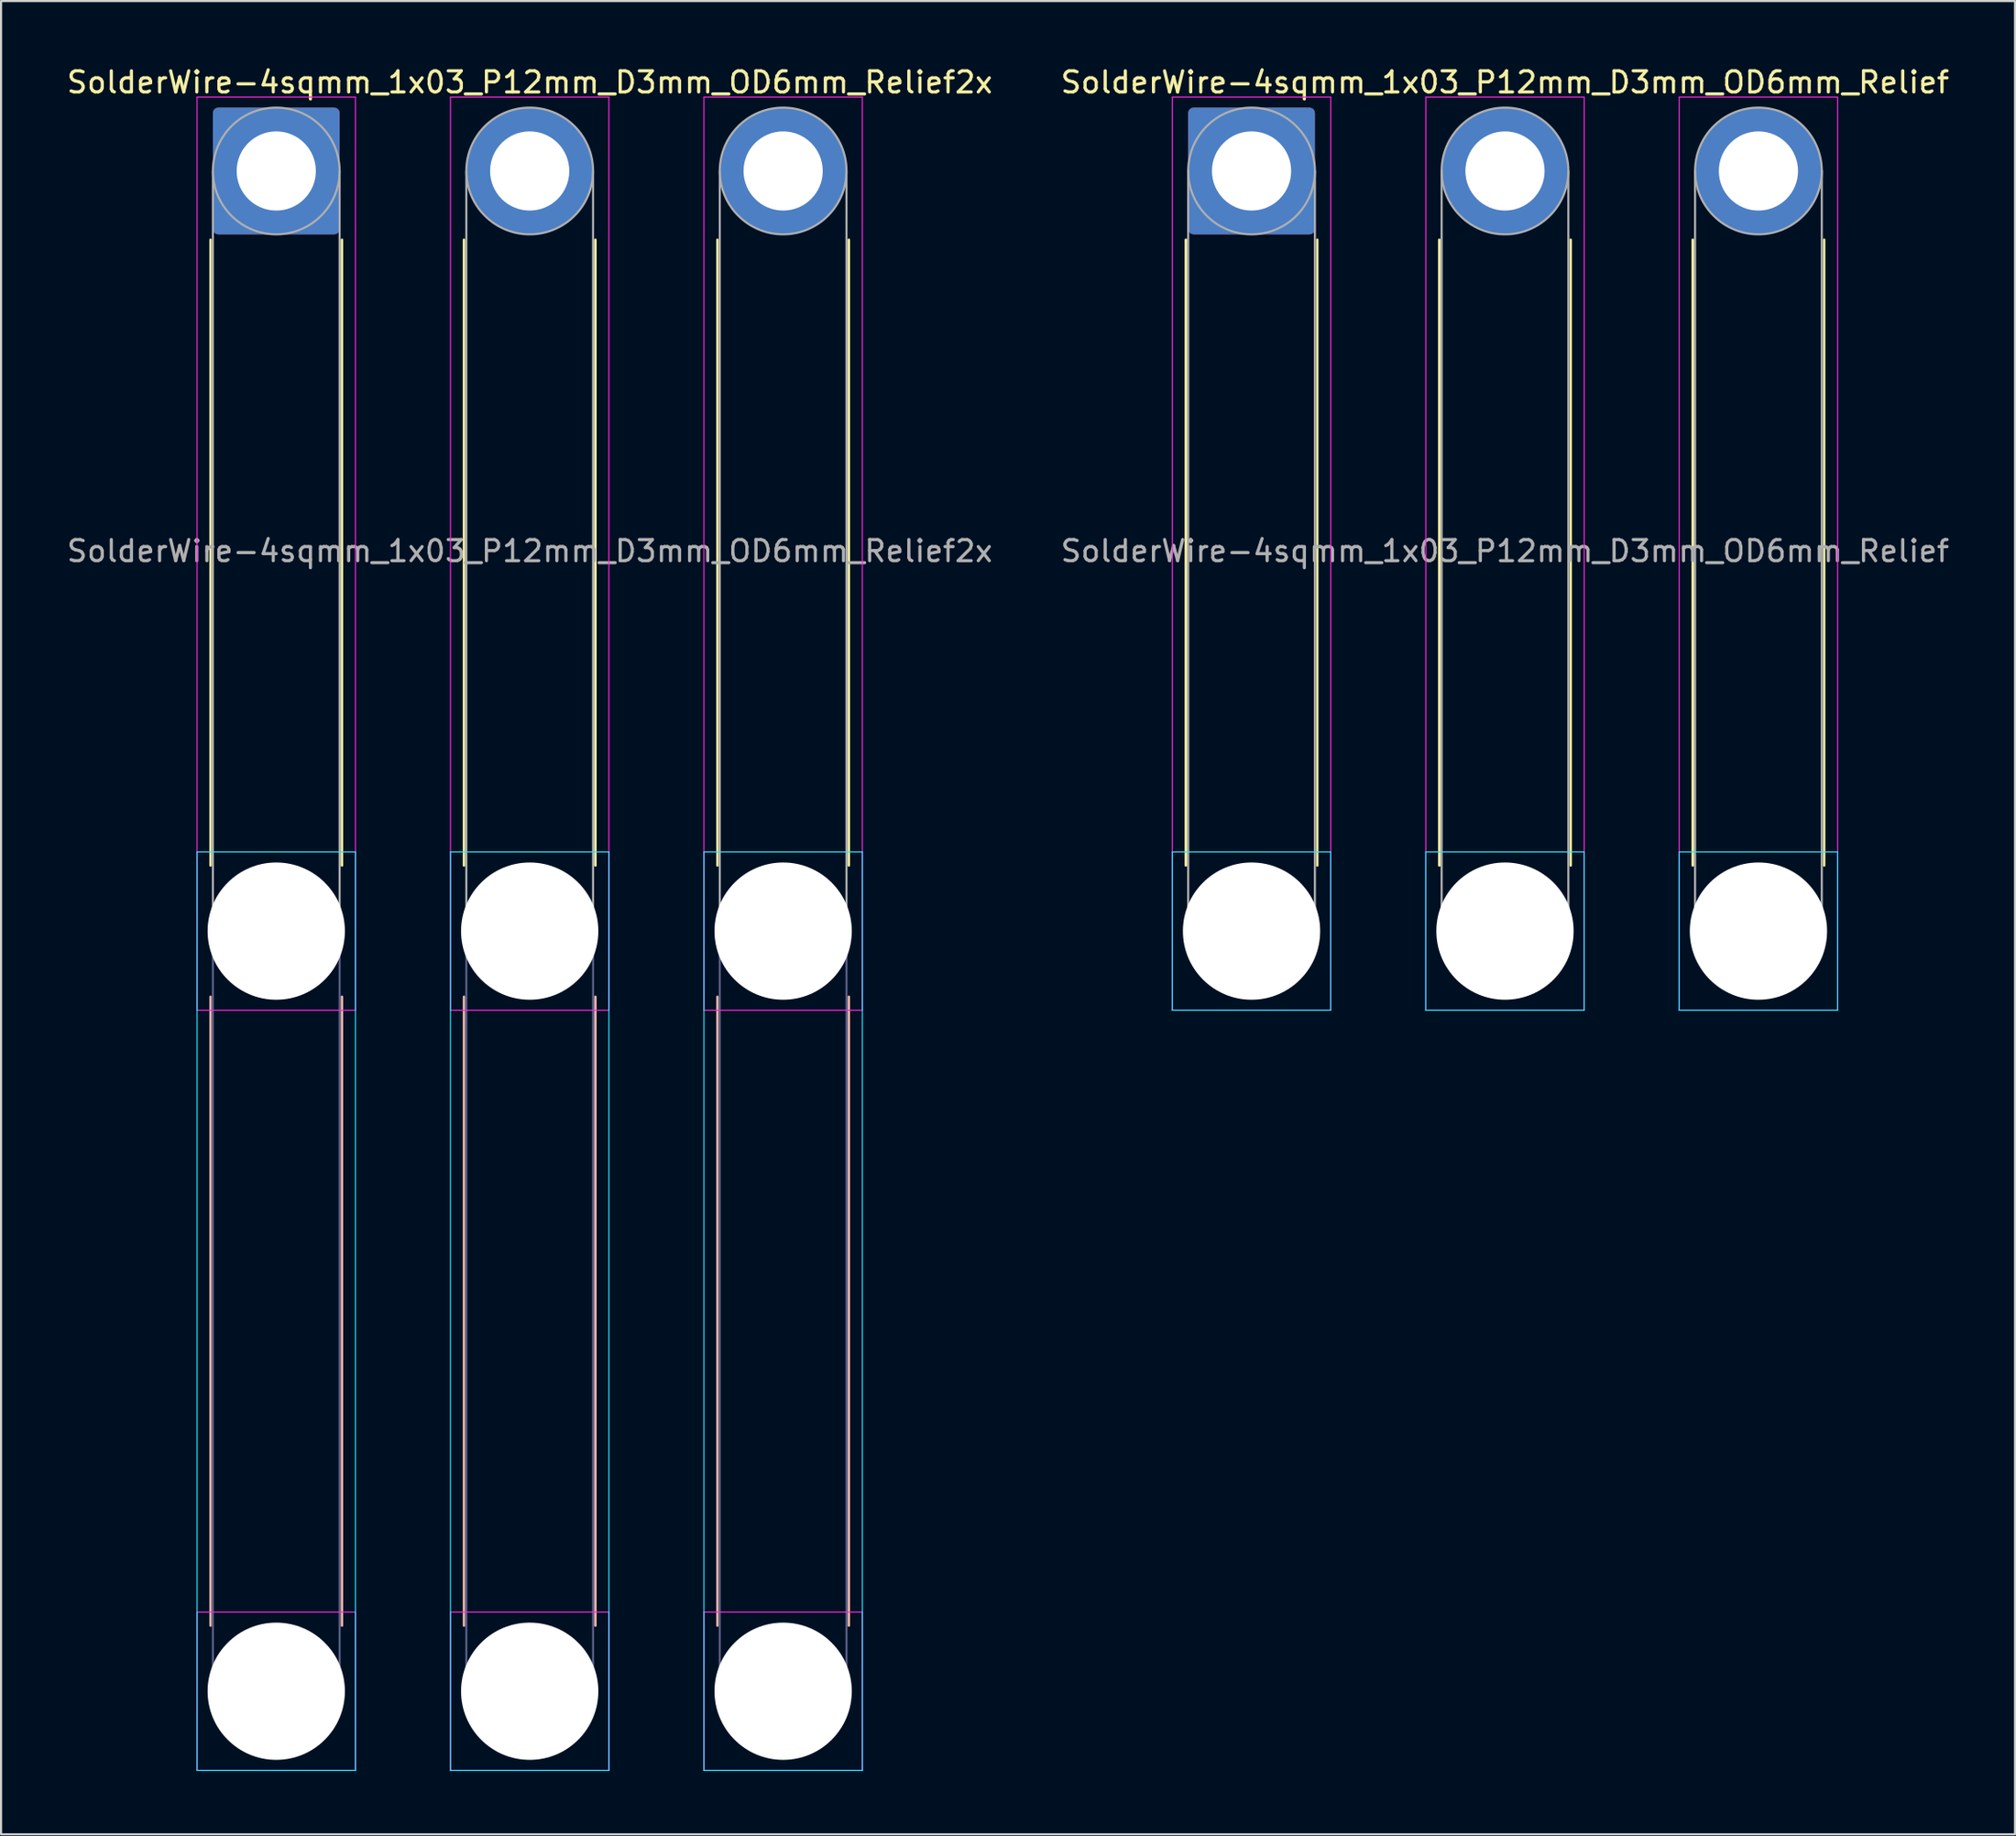
<source format=kicad_pcb>
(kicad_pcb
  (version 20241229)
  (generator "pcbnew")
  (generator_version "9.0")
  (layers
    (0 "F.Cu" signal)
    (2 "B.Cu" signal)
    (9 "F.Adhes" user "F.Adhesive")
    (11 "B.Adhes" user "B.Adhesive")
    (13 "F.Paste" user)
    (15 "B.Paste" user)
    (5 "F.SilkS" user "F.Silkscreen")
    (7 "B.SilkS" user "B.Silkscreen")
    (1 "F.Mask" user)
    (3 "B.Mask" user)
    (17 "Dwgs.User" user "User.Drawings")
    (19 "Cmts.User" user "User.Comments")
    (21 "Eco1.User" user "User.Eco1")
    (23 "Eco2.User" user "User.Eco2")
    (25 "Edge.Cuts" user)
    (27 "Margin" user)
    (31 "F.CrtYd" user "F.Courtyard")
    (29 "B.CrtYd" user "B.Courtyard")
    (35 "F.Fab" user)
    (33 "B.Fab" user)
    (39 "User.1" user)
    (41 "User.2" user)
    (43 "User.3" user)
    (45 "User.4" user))
  (footprint "SolderWire-4sqmm_1x03_P12mm_D3mm_OD6mm_Relief"
    (layer "F.Cu")
    (at 56.208 5.048)
    (property "Reference" "SolderWire-4sqmm_1x03_P12mm_D3mm_OD6mm_Relief" (at 12 -4.2 0) (layer "F.SilkS") (effects (font (size 1 1) (thickness 0.15))))
    (attr exclude_from_pos_files exclude_from_bom)
    (fp_line (start -3.11 3.26) (end -3.11 32.89) (stroke (width 0.12) (type solid)) (layer "F.SilkS"))
    (fp_line (start 3.11 3.26) (end 3.11 32.89) (stroke (width 0.12) (type solid)) (layer "F.SilkS"))
    (fp_line (start 8.89 3.26) (end 8.89 32.89) (stroke (width 0.12) (type solid)) (layer "F.SilkS"))
    (fp_line (start 15.11 3.26) (end 15.11 32.89) (stroke (width 0.12) (type solid)) (layer "F.SilkS"))
    (fp_line (start 20.89 3.26) (end 20.89 32.89) (stroke (width 0.12) (type solid)) (layer "F.SilkS"))
    (fp_line (start 27.11 3.26) (end 27.11 32.89) (stroke (width 0.12) (type solid)) (layer "F.SilkS"))
    (fp_line (start -3.75 32.25) (end -3.75 39.75) (stroke (width 0.05) (type solid)) (layer "B.CrtYd"))
    (fp_line (start -3.75 39.75) (end 3.75 39.75) (stroke (width 0.05) (type solid)) (layer "B.CrtYd"))
    (fp_line (start 3.75 32.25) (end -3.75 32.25) (stroke (width 0.05) (type solid)) (layer "B.CrtYd"))
    (fp_line (start 3.75 39.75) (end 3.75 32.25) (stroke (width 0.05) (type solid)) (layer "B.CrtYd"))
    (fp_line (start 8.25 32.25) (end 8.25 39.75) (stroke (width 0.05) (type solid)) (layer "B.CrtYd"))
    (fp_line (start 8.25 39.75) (end 15.75 39.75) (stroke (width 0.05) (type solid)) (layer "B.CrtYd"))
    (fp_line (start 15.75 32.25) (end 8.25 32.25) (stroke (width 0.05) (type solid)) (layer "B.CrtYd"))
    (fp_line (start 15.75 39.75) (end 15.75 32.25) (stroke (width 0.05) (type solid)) (layer "B.CrtYd"))
    (fp_line (start 20.25 32.25) (end 20.25 39.75) (stroke (width 0.05) (type solid)) (layer "B.CrtYd"))
    (fp_line (start 20.25 39.75) (end 27.75 39.75) (stroke (width 0.05) (type solid)) (layer "B.CrtYd"))
    (fp_line (start 27.75 32.25) (end 20.25 32.25) (stroke (width 0.05) (type solid)) (layer "B.CrtYd"))
    (fp_line (start 27.75 39.75) (end 27.75 32.25) (stroke (width 0.05) (type solid)) (layer "B.CrtYd"))
    (fp_line (start -3.75 -3.5) (end -3.75 39.75) (stroke (width 0.05) (type solid)) (layer "F.CrtYd"))
    (fp_line (start -3.75 39.75) (end 3.75 39.75) (stroke (width 0.05) (type solid)) (layer "F.CrtYd"))
    (fp_line (start 3.75 -3.5) (end -3.75 -3.5) (stroke (width 0.05) (type solid)) (layer "F.CrtYd"))
    (fp_line (start 3.75 39.75) (end 3.75 -3.5) (stroke (width 0.05) (type solid)) (layer "F.CrtYd"))
    (fp_line (start 8.25 -3.5) (end 8.25 39.75) (stroke (width 0.05) (type solid)) (layer "F.CrtYd"))
    (fp_line (start 8.25 39.75) (end 15.75 39.75) (stroke (width 0.05) (type solid)) (layer "F.CrtYd"))
    (fp_line (start 15.75 -3.5) (end 8.25 -3.5) (stroke (width 0.05) (type solid)) (layer "F.CrtYd"))
    (fp_line (start 15.75 39.75) (end 15.75 -3.5) (stroke (width 0.05) (type solid)) (layer "F.CrtYd"))
    (fp_line (start 20.25 -3.5) (end 20.25 39.75) (stroke (width 0.05) (type solid)) (layer "F.CrtYd"))
    (fp_line (start 20.25 39.75) (end 27.75 39.75) (stroke (width 0.05) (type solid)) (layer "F.CrtYd"))
    (fp_line (start 27.75 -3.5) (end 20.25 -3.5) (stroke (width 0.05) (type solid)) (layer "F.CrtYd"))
    (fp_line (start 27.75 39.75) (end 27.75 -3.5) (stroke (width 0.05) (type solid)) (layer "F.CrtYd"))
    (fp_line (start -3 0) (end -3 36) (stroke (width 0.1) (type solid)) (layer "F.Fab"))
    (fp_line (start 3 0) (end 3 36) (stroke (width 0.1) (type solid)) (layer "F.Fab"))
    (fp_line (start 9 0) (end 9 36) (stroke (width 0.1) (type solid)) (layer "F.Fab"))
    (fp_line (start 15 0) (end 15 36) (stroke (width 0.1) (type solid)) (layer "F.Fab"))
    (fp_line (start 21 0) (end 21 36) (stroke (width 0.1) (type solid)) (layer "F.Fab"))
    (fp_line (start 27 0) (end 27 36) (stroke (width 0.1) (type solid)) (layer "F.Fab"))
    (fp_circle (center 0 0) (end 3 0) (stroke (width 0.1) (type solid)) (fill no) (layer "F.Fab"))
    (fp_circle (center 0 36) (end 3 36) (stroke (width 0.1) (type solid)) (fill no) (layer "F.Fab"))
    (fp_circle (center 12 0) (end 15 0) (stroke (width 0.1) (type solid)) (fill no) (layer "F.Fab"))
    (fp_circle (center 12 36) (end 15 36) (stroke (width 0.1) (type solid)) (fill no) (layer "F.Fab"))
    (fp_circle (center 24 0) (end 27 0) (stroke (width 0.1) (type solid)) (fill no) (layer "F.Fab"))
    (fp_circle (center 24 36) (end 27 36) (stroke (width 0.1) (type solid)) (fill no) (layer "F.Fab"))
    (fp_text user "${REFERENCE}" (at 12 18 0) (layer "F.Fab") (effects (font (size 1 1) (thickness 0.15))))
    (pad "" np_thru_hole circle (at 0 36) (size 6.5 6.5) (drill 6.5) (layers "*.Cu" "*.Mask"))
    (pad "" np_thru_hole circle (at 12 36) (size 6.5 6.5) (drill 6.5) (layers "*.Cu" "*.Mask"))
    (pad "" np_thru_hole circle (at 24 36) (size 6.5 6.5) (drill 6.5) (layers "*.Cu" "*.Mask"))
    (pad "1" thru_hole roundrect (at 0 0) (size 6 6) (drill 3.75) (layers "*.Cu" "*.Mask") (roundrect_rratio 0.042))
    (pad "2" thru_hole circle (at 12 0) (size 6 6) (drill 3.75) (layers "*.Cu" "*.Mask"))
    (pad "3" thru_hole circle (at 24 0) (size 6 6) (drill 3.75) (layers "*.Cu" "*.Mask")))
  (footprint "SolderWire-4sqmm_1x03_P12mm_D3mm_OD6mm_Relief2x"
    (layer "F.Cu")
    (at 10.03 5.048)
    (property "Reference" "SolderWire-4sqmm_1x03_P12mm_D3mm_OD6mm_Relief2x" (at 12 -4.2 0) (layer "F.SilkS") (effects (font (size 1 1) (thickness 0.15))))
    (attr exclude_from_pos_files exclude_from_bom)
    (fp_line (start -3.11 3.26) (end -3.11 32.89) (stroke (width 0.12) (type solid)) (layer "F.SilkS"))
    (fp_line (start 3.11 3.26) (end 3.11 32.89) (stroke (width 0.12) (type solid)) (layer "F.SilkS"))
    (fp_line (start 8.89 3.26) (end 8.89 32.89) (stroke (width 0.12) (type solid)) (layer "F.SilkS"))
    (fp_line (start 15.11 3.26) (end 15.11 32.89) (stroke (width 0.12) (type solid)) (layer "F.SilkS"))
    (fp_line (start 20.89 3.26) (end 20.89 32.89) (stroke (width 0.12) (type solid)) (layer "F.SilkS"))
    (fp_line (start 27.11 3.26) (end 27.11 32.89) (stroke (width 0.12) (type solid)) (layer "F.SilkS"))
    (fp_line (start -3.11 39.11) (end -3.11 68.89) (stroke (width 0.12) (type solid)) (layer "B.SilkS"))
    (fp_line (start 3.11 39.11) (end 3.11 68.89) (stroke (width 0.12) (type solid)) (layer "B.SilkS"))
    (fp_line (start 8.89 39.11) (end 8.89 68.89) (stroke (width 0.12) (type solid)) (layer "B.SilkS"))
    (fp_line (start 15.11 39.11) (end 15.11 68.89) (stroke (width 0.12) (type solid)) (layer "B.SilkS"))
    (fp_line (start 20.89 39.11) (end 20.89 68.89) (stroke (width 0.12) (type solid)) (layer "B.SilkS"))
    (fp_line (start 27.11 39.11) (end 27.11 68.89) (stroke (width 0.12) (type solid)) (layer "B.SilkS"))
    (fp_line (start -3.75 32.25) (end -3.75 75.75) (stroke (width 0.05) (type solid)) (layer "B.CrtYd"))
    (fp_line (start -3.75 75.75) (end 3.75 75.75) (stroke (width 0.05) (type solid)) (layer "B.CrtYd"))
    (fp_line (start 3.75 32.25) (end -3.75 32.25) (stroke (width 0.05) (type solid)) (layer "B.CrtYd"))
    (fp_line (start 3.75 75.75) (end 3.75 32.25) (stroke (width 0.05) (type solid)) (layer "B.CrtYd"))
    (fp_line (start 8.25 32.25) (end 8.25 75.75) (stroke (width 0.05) (type solid)) (layer "B.CrtYd"))
    (fp_line (start 8.25 75.75) (end 15.75 75.75) (stroke (width 0.05) (type solid)) (layer "B.CrtYd"))
    (fp_line (start 15.75 32.25) (end 8.25 32.25) (stroke (width 0.05) (type solid)) (layer "B.CrtYd"))
    (fp_line (start 15.75 75.75) (end 15.75 32.25) (stroke (width 0.05) (type solid)) (layer "B.CrtYd"))
    (fp_line (start 20.25 32.25) (end 20.25 75.75) (stroke (width 0.05) (type solid)) (layer "B.CrtYd"))
    (fp_line (start 20.25 75.75) (end 27.75 75.75) (stroke (width 0.05) (type solid)) (layer "B.CrtYd"))
    (fp_line (start 27.75 32.25) (end 20.25 32.25) (stroke (width 0.05) (type solid)) (layer "B.CrtYd"))
    (fp_line (start 27.75 75.75) (end 27.75 32.25) (stroke (width 0.05) (type solid)) (layer "B.CrtYd"))
    (fp_line (start -3.75 -3.5) (end -3.75 39.75) (stroke (width 0.05) (type solid)) (layer "F.CrtYd"))
    (fp_line (start -3.75 39.75) (end 3.75 39.75) (stroke (width 0.05) (type solid)) (layer "F.CrtYd"))
    (fp_line (start -3.75 68.25) (end -3.75 75.75) (stroke (width 0.05) (type solid)) (layer "F.CrtYd"))
    (fp_line (start -3.75 75.75) (end 3.75 75.75) (stroke (width 0.05) (type solid)) (layer "F.CrtYd"))
    (fp_line (start 3.75 -3.5) (end -3.75 -3.5) (stroke (width 0.05) (type solid)) (layer "F.CrtYd"))
    (fp_line (start 3.75 39.75) (end 3.75 -3.5) (stroke (width 0.05) (type solid)) (layer "F.CrtYd"))
    (fp_line (start 3.75 68.25) (end -3.75 68.25) (stroke (width 0.05) (type solid)) (layer "F.CrtYd"))
    (fp_line (start 3.75 75.75) (end 3.75 68.25) (stroke (width 0.05) (type solid)) (layer "F.CrtYd"))
    (fp_line (start 8.25 -3.5) (end 8.25 39.75) (stroke (width 0.05) (type solid)) (layer "F.CrtYd"))
    (fp_line (start 8.25 39.75) (end 15.75 39.75) (stroke (width 0.05) (type solid)) (layer "F.CrtYd"))
    (fp_line (start 8.25 68.25) (end 8.25 75.75) (stroke (width 0.05) (type solid)) (layer "F.CrtYd"))
    (fp_line (start 8.25 75.75) (end 15.75 75.75) (stroke (width 0.05) (type solid)) (layer "F.CrtYd"))
    (fp_line (start 15.75 -3.5) (end 8.25 -3.5) (stroke (width 0.05) (type solid)) (layer "F.CrtYd"))
    (fp_line (start 15.75 39.75) (end 15.75 -3.5) (stroke (width 0.05) (type solid)) (layer "F.CrtYd"))
    (fp_line (start 15.75 68.25) (end 8.25 68.25) (stroke (width 0.05) (type solid)) (layer "F.CrtYd"))
    (fp_line (start 15.75 75.75) (end 15.75 68.25) (stroke (width 0.05) (type solid)) (layer "F.CrtYd"))
    (fp_line (start 20.25 -3.5) (end 20.25 39.75) (stroke (width 0.05) (type solid)) (layer "F.CrtYd"))
    (fp_line (start 20.25 39.75) (end 27.75 39.75) (stroke (width 0.05) (type solid)) (layer "F.CrtYd"))
    (fp_line (start 20.25 68.25) (end 20.25 75.75) (stroke (width 0.05) (type solid)) (layer "F.CrtYd"))
    (fp_line (start 20.25 75.75) (end 27.75 75.75) (stroke (width 0.05) (type solid)) (layer "F.CrtYd"))
    (fp_line (start 27.75 -3.5) (end 20.25 -3.5) (stroke (width 0.05) (type solid)) (layer "F.CrtYd"))
    (fp_line (start 27.75 39.75) (end 27.75 -3.5) (stroke (width 0.05) (type solid)) (layer "F.CrtYd"))
    (fp_line (start 27.75 68.25) (end 20.25 68.25) (stroke (width 0.05) (type solid)) (layer "F.CrtYd"))
    (fp_line (start 27.75 75.75) (end 27.75 68.25) (stroke (width 0.05) (type solid)) (layer "F.CrtYd"))
    (fp_line (start -3 36) (end -3 72) (stroke (width 0.1) (type solid)) (layer "B.Fab"))
    (fp_line (start 3 36) (end 3 72) (stroke (width 0.1) (type solid)) (layer "B.Fab"))
    (fp_line (start 9 36) (end 9 72) (stroke (width 0.1) (type solid)) (layer "B.Fab"))
    (fp_line (start 15 36) (end 15 72) (stroke (width 0.1) (type solid)) (layer "B.Fab"))
    (fp_line (start 21 36) (end 21 72) (stroke (width 0.1) (type solid)) (layer "B.Fab"))
    (fp_line (start 27 36) (end 27 72) (stroke (width 0.1) (type solid)) (layer "B.Fab"))
    (fp_circle (center 0 36) (end 3 36) (stroke (width 0.1) (type solid)) (fill no) (layer "B.Fab"))
    (fp_circle (center 0 72) (end 3 72) (stroke (width 0.1) (type solid)) (fill no) (layer "B.Fab"))
    (fp_circle (center 12 36) (end 15 36) (stroke (width 0.1) (type solid)) (fill no) (layer "B.Fab"))
    (fp_circle (center 12 72) (end 15 72) (stroke (width 0.1) (type solid)) (fill no) (layer "B.Fab"))
    (fp_circle (center 24 36) (end 27 36) (stroke (width 0.1) (type solid)) (fill no) (layer "B.Fab"))
    (fp_circle (center 24 72) (end 27 72) (stroke (width 0.1) (type solid)) (fill no) (layer "B.Fab"))
    (fp_line (start -3 0) (end -3 36) (stroke (width 0.1) (type solid)) (layer "F.Fab"))
    (fp_line (start 3 0) (end 3 36) (stroke (width 0.1) (type solid)) (layer "F.Fab"))
    (fp_line (start 9 0) (end 9 36) (stroke (width 0.1) (type solid)) (layer "F.Fab"))
    (fp_line (start 15 0) (end 15 36) (stroke (width 0.1) (type solid)) (layer "F.Fab"))
    (fp_line (start 21 0) (end 21 36) (stroke (width 0.1) (type solid)) (layer "F.Fab"))
    (fp_line (start 27 0) (end 27 36) (stroke (width 0.1) (type solid)) (layer "F.Fab"))
    (fp_circle (center 0 0) (end 3 0) (stroke (width 0.1) (type solid)) (fill no) (layer "F.Fab"))
    (fp_circle (center 0 36) (end 3 36) (stroke (width 0.1) (type solid)) (fill no) (layer "F.Fab"))
    (fp_circle (center 0 72) (end 3 72) (stroke (width 0.1) (type solid)) (fill no) (layer "F.Fab"))
    (fp_circle (center 12 0) (end 15 0) (stroke (width 0.1) (type solid)) (fill no) (layer "F.Fab"))
    (fp_circle (center 12 36) (end 15 36) (stroke (width 0.1) (type solid)) (fill no) (layer "F.Fab"))
    (fp_circle (center 12 72) (end 15 72) (stroke (width 0.1) (type solid)) (fill no) (layer "F.Fab"))
    (fp_circle (center 24 0) (end 27 0) (stroke (width 0.1) (type solid)) (fill no) (layer "F.Fab"))
    (fp_circle (center 24 36) (end 27 36) (stroke (width 0.1) (type solid)) (fill no) (layer "F.Fab"))
    (fp_circle (center 24 72) (end 27 72) (stroke (width 0.1) (type solid)) (fill no) (layer "F.Fab"))
    (fp_text user "${REFERENCE}" (at 12 18 0) (layer "F.Fab") (effects (font (size 1 1) (thickness 0.15))))
    (pad "" np_thru_hole circle (at 0 36) (size 6.5 6.5) (drill 6.5) (layers "*.Cu" "*.Mask"))
    (pad "" np_thru_hole circle (at 0 72) (size 6.5 6.5) (drill 6.5) (layers "*.Cu" "*.Mask"))
    (pad "" np_thru_hole circle (at 12 36) (size 6.5 6.5) (drill 6.5) (layers "*.Cu" "*.Mask"))
    (pad "" np_thru_hole circle (at 12 72) (size 6.5 6.5) (drill 6.5) (layers "*.Cu" "*.Mask"))
    (pad "" np_thru_hole circle (at 24 36) (size 6.5 6.5) (drill 6.5) (layers "*.Cu" "*.Mask"))
    (pad "" np_thru_hole circle (at 24 72) (size 6.5 6.5) (drill 6.5) (layers "*.Cu" "*.Mask"))
    (pad "1" thru_hole roundrect (at 0 0) (size 6 6) (drill 3.75) (layers "*.Cu" "*.Mask") (roundrect_rratio 0.042))
    (pad "2" thru_hole circle (at 12 0) (size 6 6) (drill 3.75) (layers "*.Cu" "*.Mask"))
    (pad "3" thru_hole circle (at 24 0) (size 6 6) (drill 3.75) (layers "*.Cu" "*.Mask")))
  (gr_rect
    (start -3 -3)
    (end 92.357 83.823)
    (stroke (width 0.1) (type default))
    (fill no)
    (layer "Edge.Cuts")))
</source>
